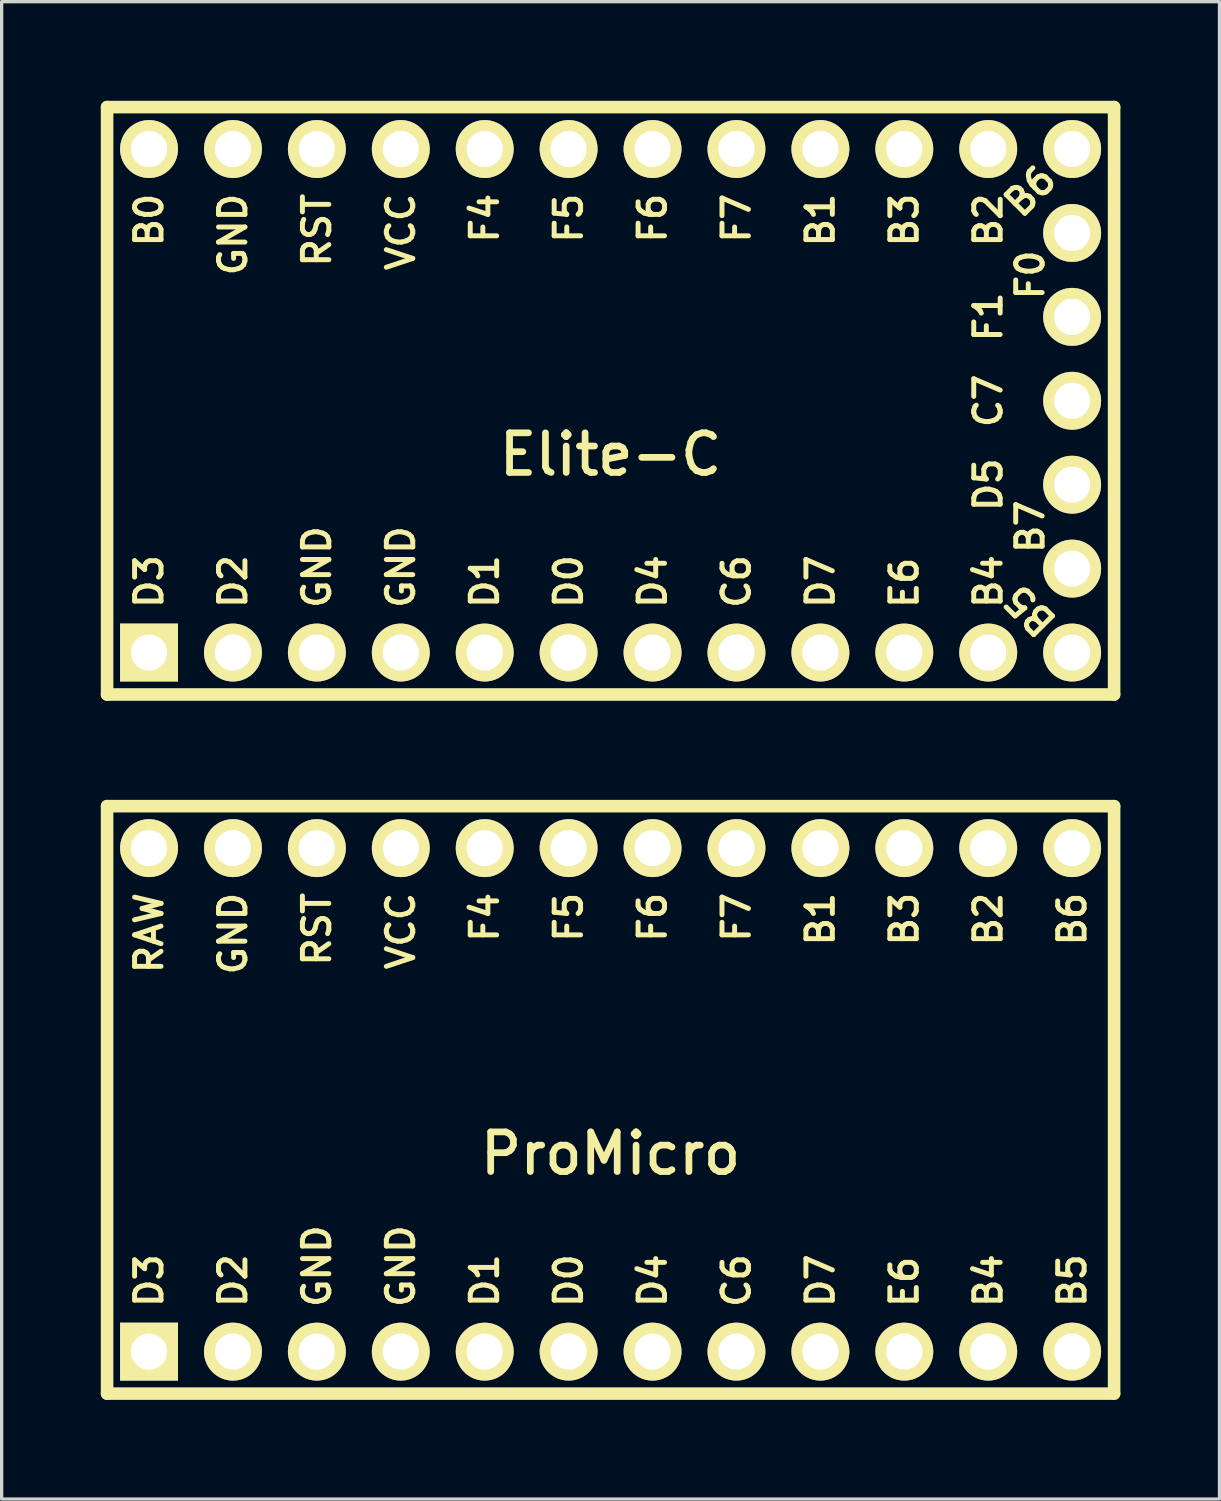
<source format=kicad_pcb>
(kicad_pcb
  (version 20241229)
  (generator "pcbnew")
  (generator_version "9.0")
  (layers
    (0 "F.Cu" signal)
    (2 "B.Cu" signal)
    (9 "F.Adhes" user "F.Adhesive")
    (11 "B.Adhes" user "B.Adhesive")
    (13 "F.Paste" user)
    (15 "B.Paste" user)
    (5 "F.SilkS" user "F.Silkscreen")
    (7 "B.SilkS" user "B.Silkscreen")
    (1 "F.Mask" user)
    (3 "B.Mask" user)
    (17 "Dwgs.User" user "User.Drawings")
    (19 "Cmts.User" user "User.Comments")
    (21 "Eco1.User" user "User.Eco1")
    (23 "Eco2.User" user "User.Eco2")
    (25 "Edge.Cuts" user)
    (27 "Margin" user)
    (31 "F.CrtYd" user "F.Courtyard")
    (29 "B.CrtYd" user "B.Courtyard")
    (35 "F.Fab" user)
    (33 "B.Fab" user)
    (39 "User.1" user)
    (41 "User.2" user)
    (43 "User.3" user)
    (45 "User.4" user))
  (footprint "Elite-C"
    (layer "F.Cu")
    (at 15.431 9.081)
    (property "Reference" "Elite-C" (at 0 1.625 0) (layer "F.SilkS") (effects (font (size 1.2 1.2) (thickness 0.203))))
    (attr through_hole)
    (fp_line (start -15.24 -8.89) (end -15.24 8.89) (stroke (width 0.381) (type solid)) (layer "F.SilkS"))
    (fp_line (start -15.24 8.89) (end 15.24 8.89) (stroke (width 0.381) (type solid)) (layer "F.SilkS"))
    (fp_line (start 15.24 -8.89) (end -15.24 -8.89) (stroke (width 0.381) (type solid)) (layer "F.SilkS"))
    (fp_line (start 15.24 8.89) (end 15.24 -8.89) (stroke (width 0.381) (type solid)) (layer "F.SilkS"))
    (fp_text user "B0" (at -13.97 -6.35 90) (unlocked yes) (layer "F.SilkS") (effects (font (size 0.8 0.8) (thickness 0.15)) (justify right)))
    (fp_text user "GND" (at -8.89 6.35 90) (unlocked yes) (layer "F.SilkS") (effects (font (size 0.8 0.8) (thickness 0.15)) (justify left)))
    (fp_text user "B3" (at 8.89 -6.35 90) (unlocked yes) (layer "F.SilkS") (effects (font (size 0.8 0.8) (thickness 0.15)) (justify right)))
    (fp_text user "F1" (at 11.43 -2.54 90) (unlocked yes) (layer "F.SilkS") (effects (font (size 0.8 0.8) (thickness 0.15))))
    (fp_text user "B4" (at 11.43 6.35 90) (unlocked yes) (layer "F.SilkS") (effects (font (size 0.8 0.8) (thickness 0.15)) (justify left)))
    (fp_text user "B1" (at 6.35 -6.35 90) (unlocked yes) (layer "F.SilkS") (effects (font (size 0.8 0.8) (thickness 0.15)) (justify right)))
    (fp_text user "B2" (at 11.43 -6.35 90) (unlocked yes) (layer "F.SilkS") (effects (font (size 0.8 0.8) (thickness 0.15)) (justify right)))
    (fp_text user "D3" (at -13.97 6.35 90) (unlocked yes) (layer "F.SilkS") (effects (font (size 0.8 0.8) (thickness 0.15)) (justify left)))
    (fp_text user "B5" (at 12.7 6.35 135) (unlocked yes) (layer "F.SilkS") (effects (font (size 0.8 0.8) (thickness 0.15))))
    (fp_text user "D0" (at -1.27 6.35 90) (unlocked yes) (layer "F.SilkS") (effects (font (size 0.8 0.8) (thickness 0.15)) (justify left)))
    (fp_text user "D5" (at 11.43 2.54 90) (unlocked yes) (layer "F.SilkS") (effects (font (size 0.8 0.8) (thickness 0.15))))
    (fp_text user "C6" (at 3.81 6.35 90) (unlocked yes) (layer "F.SilkS") (effects (font (size 0.8 0.8) (thickness 0.15)) (justify left)))
    (fp_text user "D1" (at -3.81 6.35 90) (unlocked yes) (layer "F.SilkS") (effects (font (size 0.8 0.8) (thickness 0.15)) (justify left)))
    (fp_text user "F4" (at -3.81 -6.35 90) (unlocked yes) (layer "F.SilkS") (effects (font (size 0.8 0.8) (thickness 0.15)) (justify right)))
    (fp_text user "GND" (at -11.43 -6.35 90) (unlocked yes) (layer "F.SilkS") (effects (font (size 0.8 0.8) (thickness 0.15)) (justify right)))
    (fp_text user "D4" (at 1.27 6.35 90) (unlocked yes) (layer "F.SilkS") (effects (font (size 0.8 0.8) (thickness 0.15)) (justify left)))
    (fp_text user "F6" (at 1.27 -6.35 90) (unlocked yes) (layer "F.SilkS") (effects (font (size 0.8 0.8) (thickness 0.15)) (justify right)))
    (fp_text user "C7" (at 11.43 0 90) (unlocked yes) (layer "F.SilkS") (effects (font (size 0.8 0.8) (thickness 0.15))))
    (fp_text user "F7" (at 3.81 -6.35 90) (unlocked yes) (layer "F.SilkS") (effects (font (size 0.8 0.8) (thickness 0.15)) (justify right)))
    (fp_text user "B6" (at 12.7 -6.35 45) (unlocked yes) (layer "F.SilkS") (effects (font (size 0.8 0.8) (thickness 0.15))))
    (fp_text user "E6" (at 8.89 6.35 90) (unlocked yes) (layer "F.SilkS") (effects (font (size 0.8 0.8) (thickness 0.15)) (justify left)))
    (fp_text user "GND" (at -6.35 6.35 90) (unlocked yes) (layer "F.SilkS") (effects (font (size 0.8 0.8) (thickness 0.15)) (justify left)))
    (fp_text user "F5" (at -1.27 -6.35 90) (unlocked yes) (layer "F.SilkS") (effects (font (size 0.8 0.8) (thickness 0.15)) (justify right)))
    (fp_text user "VCC" (at -6.35 -6.35 90) (unlocked yes) (layer "F.SilkS") (effects (font (size 0.8 0.8) (thickness 0.15)) (justify right)))
    (fp_text user "D2" (at -11.43 6.35 90) (unlocked yes) (layer "F.SilkS") (effects (font (size 0.8 0.8) (thickness 0.15)) (justify left)))
    (fp_text user "B7" (at 12.7 3.81 90) (unlocked yes) (layer "F.SilkS") (effects (font (size 0.8 0.8) (thickness 0.15))))
    (fp_text user "RST" (at -8.89 -6.35 90) (unlocked yes) (layer "F.SilkS") (effects (font (size 0.8 0.8) (thickness 0.15)) (justify right)))
    (fp_text user "D7" (at 6.35 6.35 90) (unlocked yes) (layer "F.SilkS") (effects (font (size 0.8 0.8) (thickness 0.15)) (justify left)))
    (fp_text user "F0" (at 12.7 -3.81 90) (unlocked yes) (layer "F.SilkS") (effects (font (size 0.8 0.8) (thickness 0.15))))
    (pad "1" thru_hole rect (at -13.97 7.62) (size 1.753 1.753) (drill 1.092) (layers "*.Cu" "*.Mask" "F.SilkS"))
    (pad "2" thru_hole circle (at -11.43 7.62) (size 1.753 1.753) (drill 1.092) (layers "*.Cu" "*.Mask" "F.SilkS"))
    (pad "3" thru_hole circle (at -8.89 7.62) (size 1.753 1.753) (drill 1.092) (layers "*.Cu" "*.Mask" "F.SilkS"))
    (pad "4" thru_hole circle (at -6.35 7.62) (size 1.753 1.753) (drill 1.092) (layers "*.Cu" "*.Mask" "F.SilkS"))
    (pad "5" thru_hole circle (at -3.81 7.62) (size 1.753 1.753) (drill 1.092) (layers "*.Cu" "*.Mask" "F.SilkS"))
    (pad "6" thru_hole circle (at -1.27 7.62) (size 1.753 1.753) (drill 1.092) (layers "*.Cu" "*.Mask" "F.SilkS"))
    (pad "7" thru_hole circle (at 1.27 7.62) (size 1.753 1.753) (drill 1.092) (layers "*.Cu" "*.Mask" "F.SilkS"))
    (pad "8" thru_hole circle (at 3.81 7.62) (size 1.753 1.753) (drill 1.092) (layers "*.Cu" "*.Mask" "F.SilkS"))
    (pad "9" thru_hole circle (at 6.35 7.62) (size 1.753 1.753) (drill 1.092) (layers "*.Cu" "*.Mask" "F.SilkS"))
    (pad "10" thru_hole circle (at 8.89 7.62) (size 1.753 1.753) (drill 1.092) (layers "*.Cu" "*.Mask" "F.SilkS"))
    (pad "11" thru_hole circle (at 11.43 7.62) (size 1.753 1.753) (drill 1.092) (layers "*.Cu" "*.Mask" "F.SilkS"))
    (pad "12" thru_hole circle (at 13.97 7.62) (size 1.753 1.753) (drill 1.092) (layers "*.Cu" "*.Mask" "F.SilkS"))
    (pad "13" thru_hole circle (at 13.97 -7.62) (size 1.753 1.753) (drill 1.092) (layers "*.Cu" "*.Mask" "F.SilkS"))
    (pad "14" thru_hole circle (at 11.43 -7.62) (size 1.753 1.753) (drill 1.092) (layers "*.Cu" "*.Mask" "F.SilkS"))
    (pad "15" thru_hole circle (at 8.89 -7.62) (size 1.753 1.753) (drill 1.092) (layers "*.Cu" "*.Mask" "F.SilkS"))
    (pad "16" thru_hole circle (at 6.35 -7.62) (size 1.753 1.753) (drill 1.092) (layers "*.Cu" "*.Mask" "F.SilkS"))
    (pad "17" thru_hole circle (at 3.81 -7.62) (size 1.753 1.753) (drill 1.092) (layers "*.Cu" "*.Mask" "F.SilkS"))
    (pad "18" thru_hole circle (at 1.27 -7.62) (size 1.753 1.753) (drill 1.092) (layers "*.Cu" "*.Mask" "F.SilkS"))
    (pad "19" thru_hole circle (at -1.27 -7.62) (size 1.753 1.753) (drill 1.092) (layers "*.Cu" "*.Mask" "F.SilkS"))
    (pad "20" thru_hole circle (at -3.81 -7.62) (size 1.753 1.753) (drill 1.092) (layers "*.Cu" "*.Mask" "F.SilkS"))
    (pad "21" thru_hole circle (at -6.35 -7.62) (size 1.753 1.753) (drill 1.092) (layers "*.Cu" "*.Mask" "F.SilkS"))
    (pad "22" thru_hole circle (at -8.89 -7.62) (size 1.753 1.753) (drill 1.092) (layers "*.Cu" "*.Mask" "F.SilkS"))
    (pad "23" thru_hole circle (at -11.43 -7.62) (size 1.753 1.753) (drill 1.092) (layers "*.Cu" "*.Mask" "F.SilkS"))
    (pad "24" thru_hole circle (at -13.97 -7.62) (size 1.753 1.753) (drill 1.092) (layers "*.Cu" "*.Mask" "F.SilkS"))
    (pad "25" thru_hole circle (at 13.97 5.08) (size 1.753 1.753) (drill 1.092) (layers "*.Cu" "*.Mask" "F.SilkS"))
    (pad "26" thru_hole circle (at 13.97 2.54) (size 1.753 1.753) (drill 1.092) (layers "*.Cu" "*.Mask" "F.SilkS"))
    (pad "27" thru_hole circle (at 13.97 0) (size 1.753 1.753) (drill 1.092) (layers "*.Cu" "*.Mask" "F.SilkS"))
    (pad "28" thru_hole circle (at 13.97 -2.54) (size 1.753 1.753) (drill 1.092) (layers "*.Cu" "*.Mask" "F.SilkS"))
    (pad "29" thru_hole circle (at 13.97 -5.08) (size 1.753 1.753) (drill 1.092) (layers "*.Cu" "*.Mask" "F.SilkS")))
  (footprint "ProMicro"
    (layer "F.Cu")
    (at 15.431 30.241)
    (property "Reference" "ProMicro" (at 0 1.625 0) (layer "F.SilkS") (effects (font (size 1.2 1.2) (thickness 0.203))))
    (attr through_hole)
    (fp_line (start -15.24 -8.89) (end -15.24 8.89) (stroke (width 0.381) (type solid)) (layer "F.SilkS"))
    (fp_line (start -15.24 8.89) (end 15.24 8.89) (stroke (width 0.381) (type solid)) (layer "F.SilkS"))
    (fp_line (start 15.24 -8.89) (end -15.24 -8.89) (stroke (width 0.381) (type solid)) (layer "F.SilkS"))
    (fp_line (start 15.24 8.89) (end 15.24 -8.89) (stroke (width 0.381) (type solid)) (layer "F.SilkS"))
    (fp_text user "D0" (at -1.27 6.35 90) (unlocked yes) (layer "F.SilkS") (effects (font (size 0.8 0.8) (thickness 0.15)) (justify left)))
    (fp_text user "GND" (at -8.89 6.35 90) (unlocked yes) (layer "F.SilkS") (effects (font (size 0.8 0.8) (thickness 0.15)) (justify left)))
    (fp_text user "F7" (at 3.81 -6.35 90) (unlocked yes) (layer "F.SilkS") (effects (font (size 0.8 0.8) (thickness 0.15)) (justify right)))
    (fp_text user "B1" (at 6.35 -6.35 90) (unlocked yes) (layer "F.SilkS") (effects (font (size 0.8 0.8) (thickness 0.15)) (justify right)))
    (fp_text user "F6" (at 1.27 -6.35 90) (unlocked yes) (layer "F.SilkS") (effects (font (size 0.8 0.8) (thickness 0.15)) (justify right)))
    (fp_text user "GND" (at -11.43 -6.35 90) (unlocked yes) (layer "F.SilkS") (effects (font (size 0.8 0.8) (thickness 0.15)) (justify right)))
    (fp_text user "VCC" (at -6.35 -6.35 90) (unlocked yes) (layer "F.SilkS") (effects (font (size 0.8 0.8) (thickness 0.15)) (justify right)))
    (fp_text user "B5" (at 13.97 6.35 90) (unlocked yes) (layer "F.SilkS") (effects (font (size 0.8 0.8) (thickness 0.15)) (justify left)))
    (fp_text user "D2" (at -11.43 6.35 90) (unlocked yes) (layer "F.SilkS") (effects (font (size 0.8 0.8) (thickness 0.15)) (justify left)))
    (fp_text user "B2" (at 11.43 -6.35 90) (unlocked yes) (layer "F.SilkS") (effects (font (size 0.8 0.8) (thickness 0.15)) (justify right)))
    (fp_text user "RST" (at -8.89 -6.35 90) (unlocked yes) (layer "F.SilkS") (effects (font (size 0.8 0.8) (thickness 0.15)) (justify right)))
    (fp_text user "D4" (at 1.27 6.35 90) (unlocked yes) (layer "F.SilkS") (effects (font (size 0.8 0.8) (thickness 0.15)) (justify left)))
    (fp_text user "E6" (at 8.89 6.35 90) (unlocked yes) (layer "F.SilkS") (effects (font (size 0.8 0.8) (thickness 0.15)) (justify left)))
    (fp_text user "D3" (at -13.97 6.35 90) (unlocked yes) (layer "F.SilkS") (effects (font (size 0.8 0.8) (thickness 0.15)) (justify left)))
    (fp_text user "D7" (at 6.35 6.35 90) (unlocked yes) (layer "F.SilkS") (effects (font (size 0.8 0.8) (thickness 0.15)) (justify left)))
    (fp_text user "B3" (at 8.89 -6.35 90) (unlocked yes) (layer "F.SilkS") (effects (font (size 0.8 0.8) (thickness 0.15)) (justify right)))
    (fp_text user "GND" (at -6.35 6.35 90) (unlocked yes) (layer "F.SilkS") (effects (font (size 0.8 0.8) (thickness 0.15)) (justify left)))
    (fp_text user "RAW" (at -13.97 -6.35 90) (unlocked yes) (layer "F.SilkS") (effects (font (size 0.8 0.8) (thickness 0.15)) (justify right)))
    (fp_text user "F5" (at -1.27 -6.35 90) (unlocked yes) (layer "F.SilkS") (effects (font (size 0.8 0.8) (thickness 0.15)) (justify right)))
    (fp_text user "B6" (at 13.97 -6.35 90) (unlocked yes) (layer "F.SilkS") (effects (font (size 0.8 0.8) (thickness 0.15)) (justify right)))
    (fp_text user "B4" (at 11.43 6.35 90) (unlocked yes) (layer "F.SilkS") (effects (font (size 0.8 0.8) (thickness 0.15)) (justify left)))
    (fp_text user "C6" (at 3.81 6.35 90) (unlocked yes) (layer "F.SilkS") (effects (font (size 0.8 0.8) (thickness 0.15)) (justify left)))
    (fp_text user "D1" (at -3.81 6.35 90) (unlocked yes) (layer "F.SilkS") (effects (font (size 0.8 0.8) (thickness 0.15)) (justify left)))
    (fp_text user "F4" (at -3.81 -6.35 90) (unlocked yes) (layer "F.SilkS") (effects (font (size 0.8 0.8) (thickness 0.15)) (justify right)))
    (pad "1" thru_hole rect (at -13.97 7.62) (size 1.753 1.753) (drill 1.092) (layers "*.Cu" "*.Mask" "F.SilkS"))
    (pad "2" thru_hole circle (at -11.43 7.62) (size 1.753 1.753) (drill 1.092) (layers "*.Cu" "*.Mask" "F.SilkS"))
    (pad "3" thru_hole circle (at -8.89 7.62) (size 1.753 1.753) (drill 1.092) (layers "*.Cu" "*.Mask" "F.SilkS"))
    (pad "4" thru_hole circle (at -6.35 7.62) (size 1.753 1.753) (drill 1.092) (layers "*.Cu" "*.Mask" "F.SilkS"))
    (pad "5" thru_hole circle (at -3.81 7.62) (size 1.753 1.753) (drill 1.092) (layers "*.Cu" "*.Mask" "F.SilkS"))
    (pad "6" thru_hole circle (at -1.27 7.62) (size 1.753 1.753) (drill 1.092) (layers "*.Cu" "*.Mask" "F.SilkS"))
    (pad "7" thru_hole circle (at 1.27 7.62) (size 1.753 1.753) (drill 1.092) (layers "*.Cu" "*.Mask" "F.SilkS"))
    (pad "8" thru_hole circle (at 3.81 7.62) (size 1.753 1.753) (drill 1.092) (layers "*.Cu" "*.Mask" "F.SilkS"))
    (pad "9" thru_hole circle (at 6.35 7.62) (size 1.753 1.753) (drill 1.092) (layers "*.Cu" "*.Mask" "F.SilkS"))
    (pad "10" thru_hole circle (at 8.89 7.62) (size 1.753 1.753) (drill 1.092) (layers "*.Cu" "*.Mask" "F.SilkS"))
    (pad "11" thru_hole circle (at 11.43 7.62) (size 1.753 1.753) (drill 1.092) (layers "*.Cu" "*.Mask" "F.SilkS"))
    (pad "12" thru_hole circle (at 13.97 7.62) (size 1.753 1.753) (drill 1.092) (layers "*.Cu" "*.Mask" "F.SilkS"))
    (pad "13" thru_hole circle (at 13.97 -7.62) (size 1.753 1.753) (drill 1.092) (layers "*.Cu" "*.Mask" "F.SilkS"))
    (pad "14" thru_hole circle (at 11.43 -7.62) (size 1.753 1.753) (drill 1.092) (layers "*.Cu" "*.Mask" "F.SilkS"))
    (pad "15" thru_hole circle (at 8.89 -7.62) (size 1.753 1.753) (drill 1.092) (layers "*.Cu" "*.Mask" "F.SilkS"))
    (pad "16" thru_hole circle (at 6.35 -7.62) (size 1.753 1.753) (drill 1.092) (layers "*.Cu" "*.Mask" "F.SilkS"))
    (pad "17" thru_hole circle (at 3.81 -7.62) (size 1.753 1.753) (drill 1.092) (layers "*.Cu" "*.Mask" "F.SilkS"))
    (pad "18" thru_hole circle (at 1.27 -7.62) (size 1.753 1.753) (drill 1.092) (layers "*.Cu" "*.Mask" "F.SilkS"))
    (pad "19" thru_hole circle (at -1.27 -7.62) (size 1.753 1.753) (drill 1.092) (layers "*.Cu" "*.Mask" "F.SilkS"))
    (pad "20" thru_hole circle (at -3.81 -7.62) (size 1.753 1.753) (drill 1.092) (layers "*.Cu" "*.Mask" "F.SilkS"))
    (pad "21" thru_hole circle (at -6.35 -7.62) (size 1.753 1.753) (drill 1.092) (layers "*.Cu" "*.Mask" "F.SilkS"))
    (pad "22" thru_hole circle (at -8.89 -7.62) (size 1.753 1.753) (drill 1.092) (layers "*.Cu" "*.Mask" "F.SilkS"))
    (pad "23" thru_hole circle (at -11.43 -7.62) (size 1.753 1.753) (drill 1.092) (layers "*.Cu" "*.Mask" "F.SilkS"))
    (pad "24" thru_hole circle (at -13.97 -7.62) (size 1.753 1.753) (drill 1.092) (layers "*.Cu" "*.Mask" "F.SilkS")))
  (gr_rect
    (start -3 -3)
    (end 33.861 42.322)
    (stroke (width 0.1) (type default))
    (fill no)
    (layer "Edge.Cuts")))
</source>
